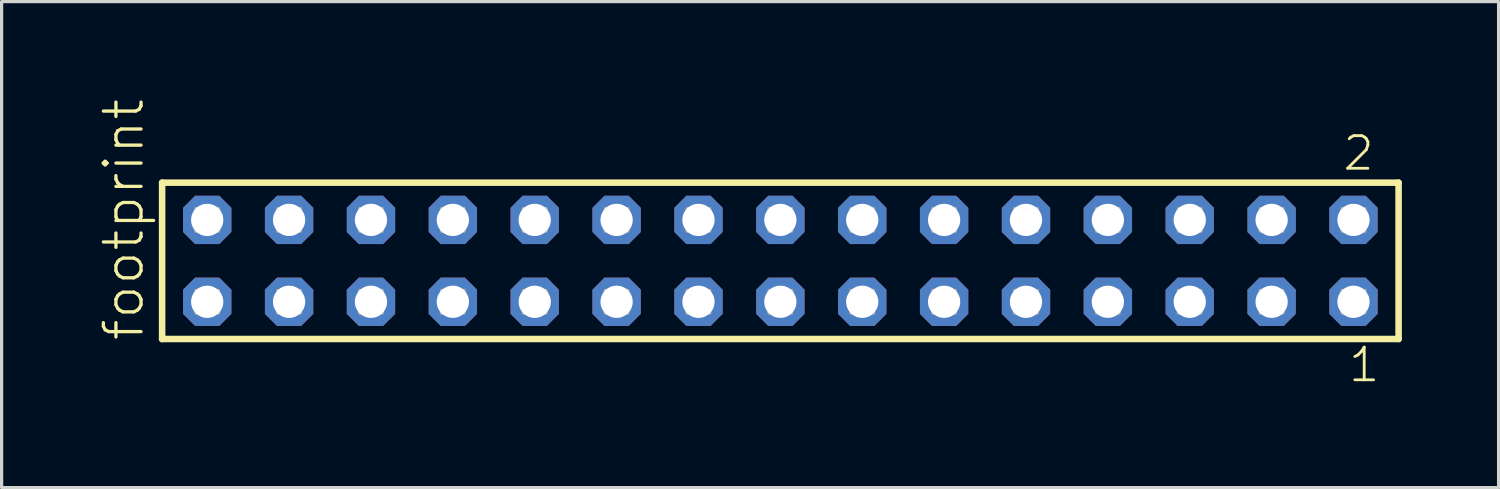
<source format=kicad_pcb>
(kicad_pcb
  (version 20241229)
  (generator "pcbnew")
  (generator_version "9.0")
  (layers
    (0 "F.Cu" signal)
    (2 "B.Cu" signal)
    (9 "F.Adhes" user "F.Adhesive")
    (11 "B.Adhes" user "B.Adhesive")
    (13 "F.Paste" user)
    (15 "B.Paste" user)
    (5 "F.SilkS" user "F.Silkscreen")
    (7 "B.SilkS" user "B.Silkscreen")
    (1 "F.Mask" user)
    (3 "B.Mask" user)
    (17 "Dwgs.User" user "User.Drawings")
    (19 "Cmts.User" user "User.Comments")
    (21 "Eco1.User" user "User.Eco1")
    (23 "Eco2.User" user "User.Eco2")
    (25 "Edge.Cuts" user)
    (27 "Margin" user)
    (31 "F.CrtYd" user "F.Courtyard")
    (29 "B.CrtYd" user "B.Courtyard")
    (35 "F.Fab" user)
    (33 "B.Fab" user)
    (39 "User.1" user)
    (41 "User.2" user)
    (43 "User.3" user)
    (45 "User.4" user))
  (footprint "footprint"
    (layer "F.Cu")
    (at 21.158 5.042)
    (property "Reference" "footprint" (at -19.685 2.54 90) (layer "F.SilkS") (effects (font (size 1.168 1.168) (thickness 0.102)) (justify left bottom)))
    (fp_line (start -19.179 -2.425) (end 19.179 -2.425) (stroke (width 0.203) (type solid)) (layer "F.SilkS"))
    (fp_line (start -19.179 2.425) (end -19.179 -2.425) (stroke (width 0.203) (type solid)) (layer "F.SilkS"))
    (fp_line (start 19.179 -2.425) (end 19.179 2.425) (stroke (width 0.203) (type solid)) (layer "F.SilkS"))
    (fp_line (start 19.179 2.425) (end -19.179 2.425) (stroke (width 0.203) (type solid)) (layer "F.SilkS"))
    (fp_poly (pts (xy -18.13 -0.92) (xy -17.43 -0.92) (xy -17.43 -1.62) (xy -18.13 -1.62)) (stroke (width 0.1) (type solid)) (fill no) (layer "F.Fab"))
    (fp_poly (pts (xy -18.13 1.62) (xy -17.43 1.62) (xy -17.43 0.92) (xy -18.13 0.92)) (stroke (width 0.1) (type solid)) (fill no) (layer "F.Fab"))
    (fp_poly (pts (xy -15.59 -0.92) (xy -14.89 -0.92) (xy -14.89 -1.62) (xy -15.59 -1.62)) (stroke (width 0.1) (type solid)) (fill no) (layer "F.Fab"))
    (fp_poly (pts (xy -15.59 1.62) (xy -14.89 1.62) (xy -14.89 0.92) (xy -15.59 0.92)) (stroke (width 0.1) (type solid)) (fill no) (layer "F.Fab"))
    (fp_poly (pts (xy -13.05 -0.92) (xy -12.35 -0.92) (xy -12.35 -1.62) (xy -13.05 -1.62)) (stroke (width 0.1) (type solid)) (fill no) (layer "F.Fab"))
    (fp_poly (pts (xy -13.05 1.62) (xy -12.35 1.62) (xy -12.35 0.92) (xy -13.05 0.92)) (stroke (width 0.1) (type solid)) (fill no) (layer "F.Fab"))
    (fp_poly (pts (xy -10.51 -0.92) (xy -9.81 -0.92) (xy -9.81 -1.62) (xy -10.51 -1.62)) (stroke (width 0.1) (type solid)) (fill no) (layer "F.Fab"))
    (fp_poly (pts (xy -10.51 1.62) (xy -9.81 1.62) (xy -9.81 0.92) (xy -10.51 0.92)) (stroke (width 0.1) (type solid)) (fill no) (layer "F.Fab"))
    (fp_poly (pts (xy -7.97 -0.92) (xy -7.27 -0.92) (xy -7.27 -1.62) (xy -7.97 -1.62)) (stroke (width 0.1) (type solid)) (fill no) (layer "F.Fab"))
    (fp_poly (pts (xy -7.97 1.62) (xy -7.27 1.62) (xy -7.27 0.92) (xy -7.97 0.92)) (stroke (width 0.1) (type solid)) (fill no) (layer "F.Fab"))
    (fp_poly (pts (xy -5.43 -0.92) (xy -4.73 -0.92) (xy -4.73 -1.62) (xy -5.43 -1.62)) (stroke (width 0.1) (type solid)) (fill no) (layer "F.Fab"))
    (fp_poly (pts (xy -5.43 1.62) (xy -4.73 1.62) (xy -4.73 0.92) (xy -5.43 0.92)) (stroke (width 0.1) (type solid)) (fill no) (layer "F.Fab"))
    (fp_poly (pts (xy -2.89 -0.92) (xy -2.19 -0.92) (xy -2.19 -1.62) (xy -2.89 -1.62)) (stroke (width 0.1) (type solid)) (fill no) (layer "F.Fab"))
    (fp_poly (pts (xy -2.89 1.62) (xy -2.19 1.62) (xy -2.19 0.92) (xy -2.89 0.92)) (stroke (width 0.1) (type solid)) (fill no) (layer "F.Fab"))
    (fp_poly (pts (xy -0.35 -0.92) (xy 0.35 -0.92) (xy 0.35 -1.62) (xy -0.35 -1.62)) (stroke (width 0.1) (type solid)) (fill no) (layer "F.Fab"))
    (fp_poly (pts (xy -0.35 1.62) (xy 0.35 1.62) (xy 0.35 0.92) (xy -0.35 0.92)) (stroke (width 0.1) (type solid)) (fill no) (layer "F.Fab"))
    (fp_poly (pts (xy 2.19 -0.92) (xy 2.89 -0.92) (xy 2.89 -1.62) (xy 2.19 -1.62)) (stroke (width 0.1) (type solid)) (fill no) (layer "F.Fab"))
    (fp_poly (pts (xy 2.19 1.62) (xy 2.89 1.62) (xy 2.89 0.92) (xy 2.19 0.92)) (stroke (width 0.1) (type solid)) (fill no) (layer "F.Fab"))
    (fp_poly (pts (xy 4.73 -0.92) (xy 5.43 -0.92) (xy 5.43 -1.62) (xy 4.73 -1.62)) (stroke (width 0.1) (type solid)) (fill no) (layer "F.Fab"))
    (fp_poly (pts (xy 4.73 1.62) (xy 5.43 1.62) (xy 5.43 0.92) (xy 4.73 0.92)) (stroke (width 0.1) (type solid)) (fill no) (layer "F.Fab"))
    (fp_poly (pts (xy 7.27 -0.92) (xy 7.97 -0.92) (xy 7.97 -1.62) (xy 7.27 -1.62)) (stroke (width 0.1) (type solid)) (fill no) (layer "F.Fab"))
    (fp_poly (pts (xy 7.27 1.62) (xy 7.97 1.62) (xy 7.97 0.92) (xy 7.27 0.92)) (stroke (width 0.1) (type solid)) (fill no) (layer "F.Fab"))
    (fp_poly (pts (xy 9.81 -0.92) (xy 10.51 -0.92) (xy 10.51 -1.62) (xy 9.81 -1.62)) (stroke (width 0.1) (type solid)) (fill no) (layer "F.Fab"))
    (fp_poly (pts (xy 9.81 1.62) (xy 10.51 1.62) (xy 10.51 0.92) (xy 9.81 0.92)) (stroke (width 0.1) (type solid)) (fill no) (layer "F.Fab"))
    (fp_poly (pts (xy 12.35 -0.92) (xy 13.05 -0.92) (xy 13.05 -1.62) (xy 12.35 -1.62)) (stroke (width 0.1) (type solid)) (fill no) (layer "F.Fab"))
    (fp_poly (pts (xy 12.35 1.62) (xy 13.05 1.62) (xy 13.05 0.92) (xy 12.35 0.92)) (stroke (width 0.1) (type solid)) (fill no) (layer "F.Fab"))
    (fp_poly (pts (xy 14.89 -0.92) (xy 15.59 -0.92) (xy 15.59 -1.62) (xy 14.89 -1.62)) (stroke (width 0.1) (type solid)) (fill no) (layer "F.Fab"))
    (fp_poly (pts (xy 14.89 1.62) (xy 15.59 1.62) (xy 15.59 0.92) (xy 14.89 0.92)) (stroke (width 0.1) (type solid)) (fill no) (layer "F.Fab"))
    (fp_poly (pts (xy 17.43 -0.92) (xy 18.13 -0.92) (xy 18.13 -1.62) (xy 17.43 -1.62)) (stroke (width 0.1) (type solid)) (fill no) (layer "F.Fab"))
    (fp_poly (pts (xy 17.43 1.62) (xy 18.13 1.62) (xy 18.13 0.92) (xy 17.43 0.92)) (stroke (width 0.1) (type solid)) (fill no) (layer "F.Fab"))
    (fp_text user "1" (at 17.572 3.818 0) (layer "F.SilkS") (effects (font (size 1.012 1.012) (thickness 0.088)) (justify left bottom)))
    (fp_text user "2" (at 17.397 -2.744 0) (layer "F.SilkS") (effects (font (size 1.012 1.012) (thickness 0.088)) (justify left bottom)))
    (pad "1" thru_hole roundrect (at 17.78 1.27 180) (size 1.5 1.5) (drill 1) (layers "*.Cu" "*.Mask") (roundrect_rratio 0.25) (chamfer_ratio 0.25) (chamfer top_left top_right bottom_left bottom_right))
    (pad "2" thru_hole roundrect (at 17.78 -1.27 180) (size 1.5 1.5) (drill 1) (layers "*.Cu" "*.Mask") (roundrect_rratio 0.25) (chamfer_ratio 0.25) (chamfer top_left top_right bottom_left bottom_right))
    (pad "3" thru_hole roundrect (at 15.24 1.27 180) (size 1.5 1.5) (drill 1) (layers "*.Cu" "*.Mask") (roundrect_rratio 0.25) (chamfer_ratio 0.25) (chamfer top_left top_right bottom_left bottom_right))
    (pad "4" thru_hole roundrect (at 15.24 -1.27 180) (size 1.5 1.5) (drill 1) (layers "*.Cu" "*.Mask") (roundrect_rratio 0.25) (chamfer_ratio 0.25) (chamfer top_left top_right bottom_left bottom_right))
    (pad "5" thru_hole roundrect (at 12.7 1.27 180) (size 1.5 1.5) (drill 1) (layers "*.Cu" "*.Mask") (roundrect_rratio 0.25) (chamfer_ratio 0.25) (chamfer top_left top_right bottom_left bottom_right))
    (pad "6" thru_hole roundrect (at 12.7 -1.27 180) (size 1.5 1.5) (drill 1) (layers "*.Cu" "*.Mask") (roundrect_rratio 0.25) (chamfer_ratio 0.25) (chamfer top_left top_right bottom_left bottom_right))
    (pad "7" thru_hole roundrect (at 10.16 1.27 180) (size 1.5 1.5) (drill 1) (layers "*.Cu" "*.Mask") (roundrect_rratio 0.25) (chamfer_ratio 0.25) (chamfer top_left top_right bottom_left bottom_right))
    (pad "8" thru_hole roundrect (at 10.16 -1.27 180) (size 1.5 1.5) (drill 1) (layers "*.Cu" "*.Mask") (roundrect_rratio 0.25) (chamfer_ratio 0.25) (chamfer top_left top_right bottom_left bottom_right))
    (pad "9" thru_hole roundrect (at 7.62 1.27 180) (size 1.5 1.5) (drill 1) (layers "*.Cu" "*.Mask") (roundrect_rratio 0.25) (chamfer_ratio 0.25) (chamfer top_left top_right bottom_left bottom_right))
    (pad "10" thru_hole roundrect (at 7.62 -1.27 180) (size 1.5 1.5) (drill 1) (layers "*.Cu" "*.Mask") (roundrect_rratio 0.25) (chamfer_ratio 0.25) (chamfer top_left top_right bottom_left bottom_right))
    (pad "11" thru_hole roundrect (at 5.08 1.27 180) (size 1.5 1.5) (drill 1) (layers "*.Cu" "*.Mask") (roundrect_rratio 0.25) (chamfer_ratio 0.25) (chamfer top_left top_right bottom_left bottom_right))
    (pad "12" thru_hole roundrect (at 5.08 -1.27 180) (size 1.5 1.5) (drill 1) (layers "*.Cu" "*.Mask") (roundrect_rratio 0.25) (chamfer_ratio 0.25) (chamfer top_left top_right bottom_left bottom_right))
    (pad "13" thru_hole roundrect (at 2.54 1.27 180) (size 1.5 1.5) (drill 1) (layers "*.Cu" "*.Mask") (roundrect_rratio 0.25) (chamfer_ratio 0.25) (chamfer top_left top_right bottom_left bottom_right))
    (pad "14" thru_hole roundrect (at 2.54 -1.27 180) (size 1.5 1.5) (drill 1) (layers "*.Cu" "*.Mask") (roundrect_rratio 0.25) (chamfer_ratio 0.25) (chamfer top_left top_right bottom_left bottom_right))
    (pad "15" thru_hole roundrect (at 0 1.27 180) (size 1.5 1.5) (drill 1) (layers "*.Cu" "*.Mask") (roundrect_rratio 0.25) (chamfer_ratio 0.25) (chamfer top_left top_right bottom_left bottom_right))
    (pad "16" thru_hole roundrect (at 0 -1.27 180) (size 1.5 1.5) (drill 1) (layers "*.Cu" "*.Mask") (roundrect_rratio 0.25) (chamfer_ratio 0.25) (chamfer top_left top_right bottom_left bottom_right))
    (pad "17" thru_hole roundrect (at -2.54 1.27 180) (size 1.5 1.5) (drill 1) (layers "*.Cu" "*.Mask") (roundrect_rratio 0.25) (chamfer_ratio 0.25) (chamfer top_left top_right bottom_left bottom_right))
    (pad "18" thru_hole roundrect (at -2.54 -1.27 180) (size 1.5 1.5) (drill 1) (layers "*.Cu" "*.Mask") (roundrect_rratio 0.25) (chamfer_ratio 0.25) (chamfer top_left top_right bottom_left bottom_right))
    (pad "19" thru_hole roundrect (at -5.08 1.27 180) (size 1.5 1.5) (drill 1) (layers "*.Cu" "*.Mask") (roundrect_rratio 0.25) (chamfer_ratio 0.25) (chamfer top_left top_right bottom_left bottom_right))
    (pad "20" thru_hole roundrect (at -5.08 -1.27 180) (size 1.5 1.5) (drill 1) (layers "*.Cu" "*.Mask") (roundrect_rratio 0.25) (chamfer_ratio 0.25) (chamfer top_left top_right bottom_left bottom_right))
    (pad "21" thru_hole roundrect (at -7.62 1.27 180) (size 1.5 1.5) (drill 1) (layers "*.Cu" "*.Mask") (roundrect_rratio 0.25) (chamfer_ratio 0.25) (chamfer top_left top_right bottom_left bottom_right))
    (pad "22" thru_hole roundrect (at -7.62 -1.27 180) (size 1.5 1.5) (drill 1) (layers "*.Cu" "*.Mask") (roundrect_rratio 0.25) (chamfer_ratio 0.25) (chamfer top_left top_right bottom_left bottom_right))
    (pad "23" thru_hole roundrect (at -10.16 1.27 180) (size 1.5 1.5) (drill 1) (layers "*.Cu" "*.Mask") (roundrect_rratio 0.25) (chamfer_ratio 0.25) (chamfer top_left top_right bottom_left bottom_right))
    (pad "24" thru_hole roundrect (at -10.16 -1.27 180) (size 1.5 1.5) (drill 1) (layers "*.Cu" "*.Mask") (roundrect_rratio 0.25) (chamfer_ratio 0.25) (chamfer top_left top_right bottom_left bottom_right))
    (pad "25" thru_hole roundrect (at -12.7 1.27 180) (size 1.5 1.5) (drill 1) (layers "*.Cu" "*.Mask") (roundrect_rratio 0.25) (chamfer_ratio 0.25) (chamfer top_left top_right bottom_left bottom_right))
    (pad "26" thru_hole roundrect (at -12.7 -1.27 180) (size 1.5 1.5) (drill 1) (layers "*.Cu" "*.Mask") (roundrect_rratio 0.25) (chamfer_ratio 0.25) (chamfer top_left top_right bottom_left bottom_right))
    (pad "27" thru_hole roundrect (at -15.24 1.27 180) (size 1.5 1.5) (drill 1) (layers "*.Cu" "*.Mask") (roundrect_rratio 0.25) (chamfer_ratio 0.25) (chamfer top_left top_right bottom_left bottom_right))
    (pad "28" thru_hole roundrect (at -15.24 -1.27 180) (size 1.5 1.5) (drill 1) (layers "*.Cu" "*.Mask") (roundrect_rratio 0.25) (chamfer_ratio 0.25) (chamfer top_left top_right bottom_left bottom_right))
    (pad "29" thru_hole roundrect (at -17.78 1.27 180) (size 1.5 1.5) (drill 1) (layers "*.Cu" "*.Mask") (roundrect_rratio 0.25) (chamfer_ratio 0.25) (chamfer top_left top_right bottom_left bottom_right))
    (pad "30" thru_hole roundrect (at -17.78 -1.27 180) (size 1.5 1.5) (drill 1) (layers "*.Cu" "*.Mask") (roundrect_rratio 0.25) (chamfer_ratio 0.25) (chamfer top_left top_right bottom_left bottom_right)))
  (gr_rect
    (start -3 -3)
    (end 43.439 12.077)
    (stroke (width 0.1) (type default))
    (fill no)
    (layer "Edge.Cuts")))
</source>
